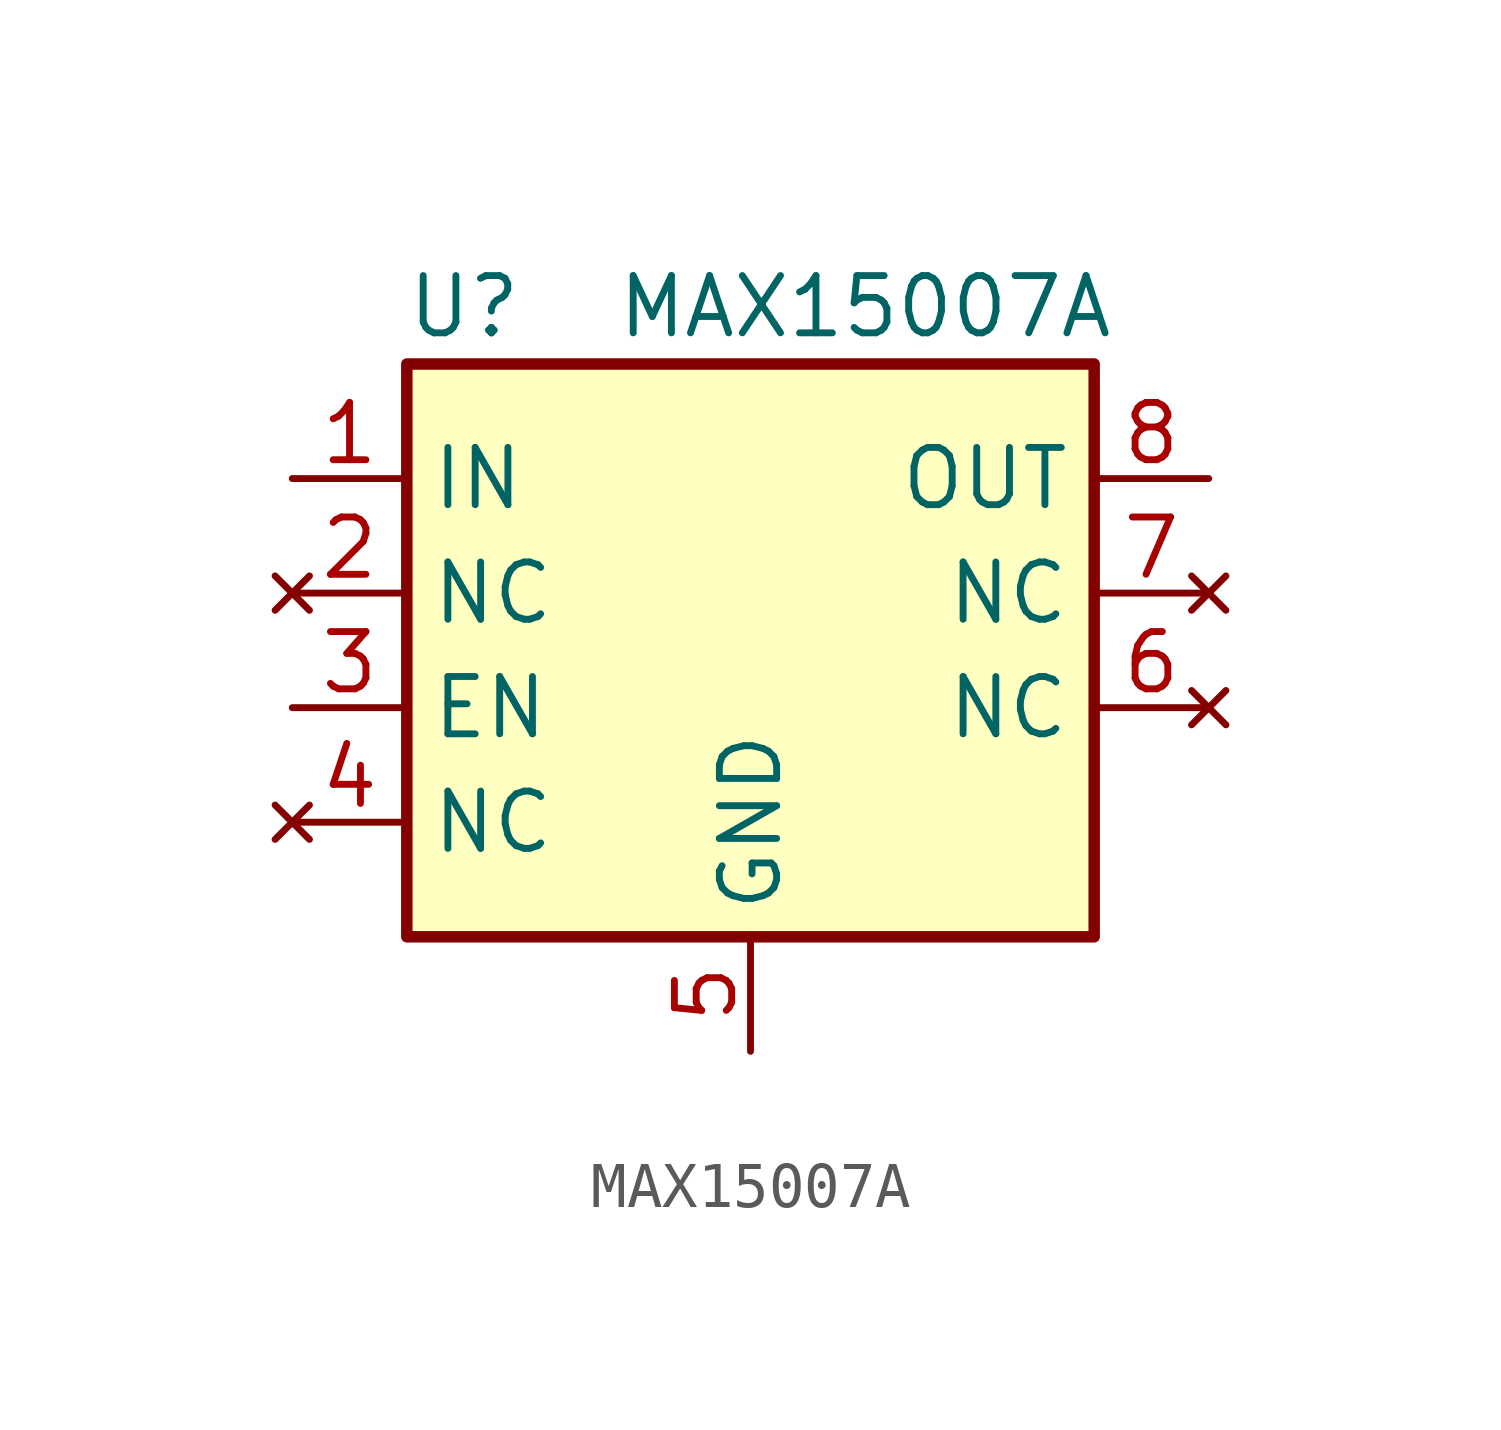
<source format=kicad_sym>
(kicad_symbol_lib
  (version 20231120)
  (generator "kicad_symbol_editor")
  (generator_version "8.0")
  (symbol "MAX15007A"
    (property "Reference" "U"
      (at -6.35 7.62 0)
      (effects (font (size 1.27 1.27))))
    (property "Value" "MAX15007A"
      (at 2.54 7.62 0)
      (effects (font (size 1.27 1.27))))
    (symbol "MAX15007A_0_0"
      (pin no_connect line (at 10.16 -1.27 180) (length 2.54) (name "NC" (effects (font (size 1.27 1.27)))) (number "6" (effects (font (size 1.27 1.27)))))
      (pin no_connect line (at 10.16 1.27 180) (length 2.54) (name "NC" (effects (font (size 1.27 1.27)))) (number "7" (effects (font (size 1.27 1.27)))))
      (pin passive line (at 10.16 3.81 180) (length 2.54) (name "OUT" (effects (font (size 1.27 1.27)))) (number "8" (effects (font (size 1.27 1.27))))))
    (symbol "MAX15007A_1_1"
      (rectangle (start -7.62 6.35) (end 7.62 -6.35) (stroke (width 0.254) (type default)) (fill (type background)))
      (pin passive line (at -10.16 3.81 0) (length 2.54) (name "IN" (effects (font (size 1.27 1.27)))) (number "1" (effects (font (size 1.27 1.27)))))
      (pin no_connect line (at -10.16 1.27 0) (length 2.54) (name "NC" (effects (font (size 1.27 1.27)))) (number "2" (effects (font (size 1.27 1.27)))))
      (pin passive line (at -10.16 -1.27 0) (length 2.54) (name "EN" (effects (font (size 1.27 1.27)))) (number "3" (effects (font (size 1.27 1.27)))))
      (pin no_connect line (at -10.16 -3.81 0) (length 2.54) (name "NC" (effects (font (size 1.27 1.27)))) (number "4" (effects (font (size 1.27 1.27)))))
      (pin passive line (at 0 -8.89 90) (length 2.54) (name "GND" (effects (font (size 1.27 1.27)))) (number "5" (effects (font (size 1.27 1.27))))))))
</source>
